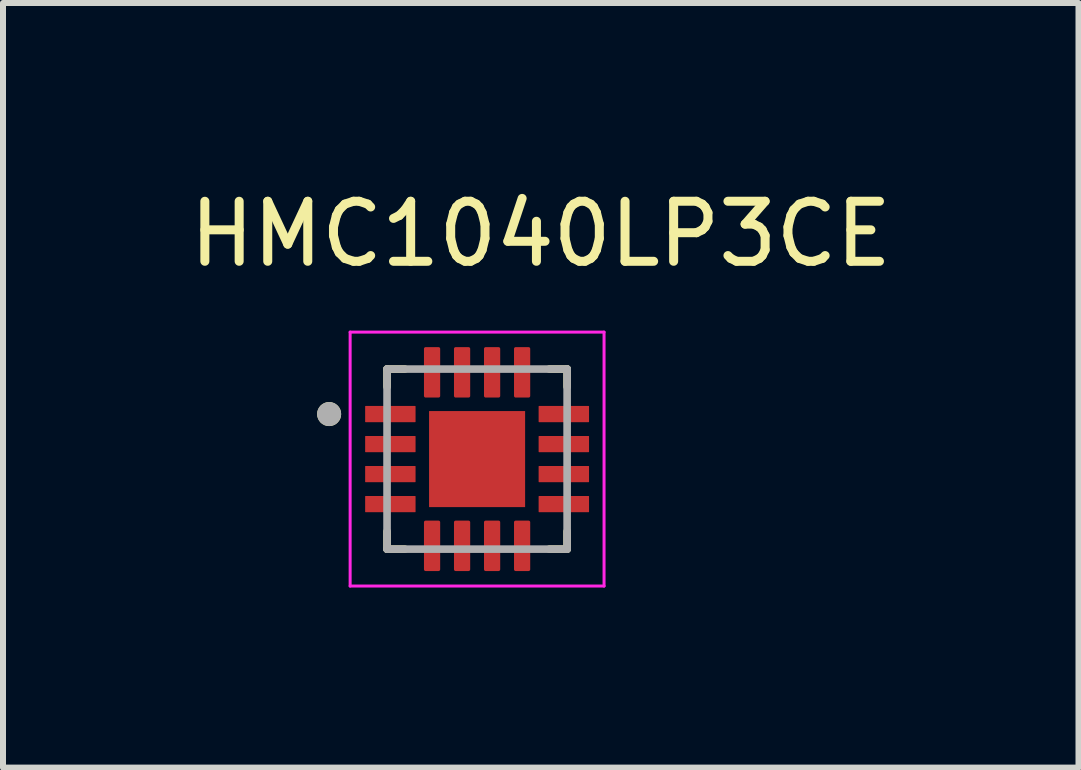
<source format=kicad_pcb>
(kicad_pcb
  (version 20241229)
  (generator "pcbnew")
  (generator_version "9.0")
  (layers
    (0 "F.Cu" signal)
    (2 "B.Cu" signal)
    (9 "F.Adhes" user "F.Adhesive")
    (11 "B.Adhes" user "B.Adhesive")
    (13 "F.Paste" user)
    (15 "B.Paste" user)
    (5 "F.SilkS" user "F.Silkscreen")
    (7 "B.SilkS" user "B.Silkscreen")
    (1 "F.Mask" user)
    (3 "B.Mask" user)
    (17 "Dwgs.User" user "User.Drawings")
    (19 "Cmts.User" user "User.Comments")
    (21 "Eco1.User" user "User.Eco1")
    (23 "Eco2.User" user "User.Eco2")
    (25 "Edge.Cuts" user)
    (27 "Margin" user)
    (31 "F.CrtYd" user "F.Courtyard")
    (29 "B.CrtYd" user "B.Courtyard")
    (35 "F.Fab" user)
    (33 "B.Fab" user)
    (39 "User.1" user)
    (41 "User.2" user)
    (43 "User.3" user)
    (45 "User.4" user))
  (footprint "HMC1040LP3CE"
    (layer "F.Cu")
    (at 4.898 4.598)
    (property "Reference" "HMC1040LP3CE" (at 1.06 -3.75 0) (layer "F.SilkS") (effects (font (size 1 1) (thickness 0.15))))
    (attr smd)
    (fp_poly (pts (xy -0.85 -0.85) (xy 0.85 -0.85) (xy 0.85 0.85) (xy -0.85 0.85)) (stroke (width 0.01) (type solid)) (fill yes) (layer "F.Mask"))
    (fp_poly (pts (xy -1.915 -0.59) (xy -1.915 -0.91) (xy -1.915 -0.911) (xy -1.915 -0.913) (xy -1.915 -0.914) (xy -1.914 -0.915) (xy -1.914 -0.916) (xy -1.914 -0.918) (xy -1.913 -0.919) (xy -1.913 -0.92) (xy -1.912 -0.921) (xy -1.912 -0.923) (xy -1.911 -0.924) (xy -1.91 -0.925) (xy -1.909 -0.926) (xy -1.909 -0.927) (xy -1.908 -0.928) (xy -1.907 -0.929) (xy -1.906 -0.929) (xy -1.905 -0.93) (xy -1.904 -0.931) (xy -1.902 -0.932) (xy -1.901 -0.932) (xy -1.9 -0.933) (xy -1.899 -0.933) (xy -1.898 -0.934) (xy -1.896 -0.934) (xy -1.895 -0.934) (xy -1.894 -0.935) (xy -1.893 -0.935) (xy -1.891 -0.935) (xy -1.89 -0.935) (xy -1 -0.935) (xy -0.999 -0.935) (xy -0.997 -0.935) (xy -0.996 -0.935) (xy -0.995 -0.934) (xy -0.994 -0.934) (xy -0.992 -0.934) (xy -0.991 -0.933) (xy -0.99 -0.933) (xy -0.989 -0.932) (xy -0.987 -0.932) (xy -0.986 -0.931) (xy -0.985 -0.93) (xy -0.984 -0.929) (xy -0.983 -0.929) (xy -0.982 -0.928) (xy -0.981 -0.927) (xy -0.981 -0.926) (xy -0.98 -0.925) (xy -0.979 -0.924) (xy -0.978 -0.923) (xy -0.978 -0.921) (xy -0.977 -0.92) (xy -0.977 -0.919) (xy -0.976 -0.918) (xy -0.976 -0.916) (xy -0.976 -0.915) (xy -0.975 -0.914) (xy -0.975 -0.913) (xy -0.975 -0.911) (xy -0.975 -0.91) (xy -0.975 -0.59) (xy -0.975 -0.589) (xy -0.975 -0.587) (xy -0.975 -0.586) (xy -0.976 -0.585) (xy -0.976 -0.584) (xy -0.976 -0.582) (xy -0.977 -0.581) (xy -0.977 -0.58) (xy -0.978 -0.579) (xy -0.978 -0.577) (xy -0.979 -0.576) (xy -0.98 -0.575) (xy -0.981 -0.574) (xy -0.981 -0.573) (xy -0.982 -0.572) (xy -0.983 -0.571) (xy -0.984 -0.571) (xy -0.985 -0.57) (xy -0.986 -0.569) (xy -0.987 -0.568) (xy -0.989 -0.568) (xy -0.99 -0.567) (xy -0.991 -0.567) (xy -0.992 -0.566) (xy -0.994 -0.566) (xy -0.995 -0.566) (xy -0.996 -0.565) (xy -0.997 -0.565) (xy -0.999 -0.565) (xy -1 -0.565) (xy -1.89 -0.565) (xy -1.891 -0.565) (xy -1.893 -0.565) (xy -1.894 -0.565) (xy -1.895 -0.566) (xy -1.896 -0.566) (xy -1.898 -0.566) (xy -1.899 -0.567) (xy -1.9 -0.567) (xy -1.901 -0.568) (xy -1.902 -0.568) (xy -1.904 -0.569) (xy -1.905 -0.57) (xy -1.906 -0.571) (xy -1.907 -0.571) (xy -1.908 -0.572) (xy -1.909 -0.573) (xy -1.909 -0.574) (xy -1.91 -0.575) (xy -1.911 -0.576) (xy -1.912 -0.577) (xy -1.912 -0.579) (xy -1.913 -0.58) (xy -1.913 -0.581) (xy -1.914 -0.582) (xy -1.914 -0.584) (xy -1.914 -0.585) (xy -1.915 -0.586) (xy -1.915 -0.587) (xy -1.915 -0.589) (xy -1.915 -0.59)) (stroke (width 0.01) (type solid)) (fill yes) (layer "F.Mask"))
    (fp_poly (pts (xy -1.915 -0.09) (xy -1.915 -0.41) (xy -1.915 -0.411) (xy -1.915 -0.413) (xy -1.915 -0.414) (xy -1.914 -0.415) (xy -1.914 -0.416) (xy -1.914 -0.418) (xy -1.913 -0.419) (xy -1.913 -0.42) (xy -1.912 -0.421) (xy -1.912 -0.422) (xy -1.911 -0.424) (xy -1.91 -0.425) (xy -1.909 -0.426) (xy -1.909 -0.427) (xy -1.908 -0.428) (xy -1.907 -0.429) (xy -1.906 -0.429) (xy -1.905 -0.43) (xy -1.904 -0.431) (xy -1.902 -0.432) (xy -1.901 -0.432) (xy -1.9 -0.433) (xy -1.899 -0.433) (xy -1.898 -0.434) (xy -1.896 -0.434) (xy -1.895 -0.434) (xy -1.894 -0.435) (xy -1.893 -0.435) (xy -1.891 -0.435) (xy -1.89 -0.435) (xy -1 -0.435) (xy -0.999 -0.435) (xy -0.997 -0.435) (xy -0.996 -0.435) (xy -0.995 -0.434) (xy -0.994 -0.434) (xy -0.992 -0.434) (xy -0.991 -0.433) (xy -0.99 -0.433) (xy -0.989 -0.432) (xy -0.987 -0.432) (xy -0.986 -0.431) (xy -0.985 -0.43) (xy -0.984 -0.429) (xy -0.983 -0.429) (xy -0.982 -0.428) (xy -0.981 -0.427) (xy -0.981 -0.426) (xy -0.98 -0.425) (xy -0.979 -0.424) (xy -0.978 -0.422) (xy -0.978 -0.421) (xy -0.977 -0.42) (xy -0.977 -0.419) (xy -0.976 -0.418) (xy -0.976 -0.416) (xy -0.976 -0.415) (xy -0.975 -0.414) (xy -0.975 -0.413) (xy -0.975 -0.411) (xy -0.975 -0.41) (xy -0.975 -0.09) (xy -0.975 -0.089) (xy -0.975 -0.087) (xy -0.975 -0.086) (xy -0.976 -0.085) (xy -0.976 -0.084) (xy -0.976 -0.082) (xy -0.977 -0.081) (xy -0.977 -0.08) (xy -0.978 -0.079) (xy -0.978 -0.078) (xy -0.979 -0.076) (xy -0.98 -0.075) (xy -0.981 -0.074) (xy -0.981 -0.073) (xy -0.982 -0.072) (xy -0.983 -0.071) (xy -0.984 -0.071) (xy -0.985 -0.07) (xy -0.986 -0.069) (xy -0.988 -0.068) (xy -0.989 -0.068) (xy -0.99 -0.067) (xy -0.991 -0.067) (xy -0.992 -0.066) (xy -0.994 -0.066) (xy -0.995 -0.066) (xy -0.996 -0.065) (xy -0.997 -0.065) (xy -0.999 -0.065) (xy -1 -0.065) (xy -1.89 -0.065) (xy -1.891 -0.065) (xy -1.893 -0.065) (xy -1.894 -0.065) (xy -1.895 -0.066) (xy -1.896 -0.066) (xy -1.898 -0.066) (xy -1.899 -0.067) (xy -1.9 -0.067) (xy -1.901 -0.068) (xy -1.902 -0.068) (xy -1.904 -0.069) (xy -1.905 -0.07) (xy -1.906 -0.071) (xy -1.907 -0.071) (xy -1.908 -0.072) (xy -1.909 -0.073) (xy -1.909 -0.074) (xy -1.91 -0.075) (xy -1.911 -0.076) (xy -1.912 -0.078) (xy -1.912 -0.079) (xy -1.913 -0.08) (xy -1.913 -0.081) (xy -1.914 -0.082) (xy -1.914 -0.084) (xy -1.914 -0.085) (xy -1.915 -0.086) (xy -1.915 -0.087) (xy -1.915 -0.089) (xy -1.915 -0.09)) (stroke (width 0.01) (type solid)) (fill yes) (layer "F.Mask"))
    (fp_poly (pts (xy -1.915 0.41) (xy -1.915 0.09) (xy -1.915 0.089) (xy -1.915 0.087) (xy -1.915 0.086) (xy -1.914 0.085) (xy -1.914 0.084) (xy -1.914 0.082) (xy -1.913 0.081) (xy -1.913 0.08) (xy -1.912 0.079) (xy -1.912 0.078) (xy -1.911 0.076) (xy -1.91 0.075) (xy -1.909 0.074) (xy -1.909 0.073) (xy -1.908 0.072) (xy -1.907 0.071) (xy -1.906 0.071) (xy -1.905 0.07) (xy -1.904 0.069) (xy -1.902 0.068) (xy -1.901 0.068) (xy -1.9 0.067) (xy -1.899 0.067) (xy -1.898 0.066) (xy -1.896 0.066) (xy -1.895 0.066) (xy -1.894 0.065) (xy -1.893 0.065) (xy -1.891 0.065) (xy -1.89 0.065) (xy -1 0.065) (xy -0.999 0.065) (xy -0.997 0.065) (xy -0.996 0.065) (xy -0.995 0.066) (xy -0.994 0.066) (xy -0.992 0.066) (xy -0.991 0.067) (xy -0.99 0.067) (xy -0.989 0.068) (xy -0.988 0.068) (xy -0.986 0.069) (xy -0.985 0.07) (xy -0.984 0.071) (xy -0.983 0.071) (xy -0.982 0.072) (xy -0.981 0.073) (xy -0.981 0.074) (xy -0.98 0.075) (xy -0.979 0.076) (xy -0.978 0.078) (xy -0.978 0.079) (xy -0.977 0.08) (xy -0.977 0.081) (xy -0.976 0.082) (xy -0.976 0.084) (xy -0.976 0.085) (xy -0.975 0.086) (xy -0.975 0.087) (xy -0.975 0.089) (xy -0.975 0.09) (xy -0.975 0.41) (xy -0.975 0.411) (xy -0.975 0.413) (xy -0.975 0.414) (xy -0.976 0.415) (xy -0.976 0.416) (xy -0.976 0.418) (xy -0.977 0.419) (xy -0.977 0.42) (xy -0.978 0.421) (xy -0.978 0.422) (xy -0.979 0.424) (xy -0.98 0.425) (xy -0.981 0.426) (xy -0.981 0.427) (xy -0.982 0.428) (xy -0.983 0.429) (xy -0.984 0.429) (xy -0.985 0.43) (xy -0.986 0.431) (xy -0.987 0.432) (xy -0.989 0.432) (xy -0.99 0.433) (xy -0.991 0.433) (xy -0.992 0.434) (xy -0.994 0.434) (xy -0.995 0.434) (xy -0.996 0.435) (xy -0.997 0.435) (xy -0.999 0.435) (xy -1 0.435) (xy -1.89 0.435) (xy -1.891 0.435) (xy -1.893 0.435) (xy -1.894 0.435) (xy -1.895 0.434) (xy -1.896 0.434) (xy -1.898 0.434) (xy -1.899 0.433) (xy -1.9 0.433) (xy -1.901 0.432) (xy -1.902 0.432) (xy -1.904 0.431) (xy -1.905 0.43) (xy -1.906 0.429) (xy -1.907 0.429) (xy -1.908 0.428) (xy -1.909 0.427) (xy -1.909 0.426) (xy -1.91 0.425) (xy -1.911 0.424) (xy -1.912 0.422) (xy -1.912 0.421) (xy -1.913 0.42) (xy -1.913 0.419) (xy -1.914 0.418) (xy -1.914 0.416) (xy -1.914 0.415) (xy -1.915 0.414) (xy -1.915 0.413) (xy -1.915 0.411) (xy -1.915 0.41)) (stroke (width 0.01) (type solid)) (fill yes) (layer "F.Mask"))
    (fp_poly (pts (xy -1.915 0.91) (xy -1.915 0.59) (xy -1.915 0.589) (xy -1.915 0.587) (xy -1.915 0.586) (xy -1.914 0.585) (xy -1.914 0.584) (xy -1.914 0.582) (xy -1.913 0.581) (xy -1.913 0.58) (xy -1.912 0.579) (xy -1.912 0.577) (xy -1.911 0.576) (xy -1.91 0.575) (xy -1.909 0.574) (xy -1.909 0.573) (xy -1.908 0.572) (xy -1.907 0.571) (xy -1.906 0.571) (xy -1.905 0.57) (xy -1.904 0.569) (xy -1.902 0.568) (xy -1.901 0.568) (xy -1.9 0.567) (xy -1.899 0.567) (xy -1.898 0.566) (xy -1.896 0.566) (xy -1.895 0.566) (xy -1.894 0.565) (xy -1.893 0.565) (xy -1.891 0.565) (xy -1.89 0.565) (xy -1 0.565) (xy -0.999 0.565) (xy -0.997 0.565) (xy -0.996 0.565) (xy -0.995 0.566) (xy -0.994 0.566) (xy -0.992 0.566) (xy -0.991 0.567) (xy -0.99 0.567) (xy -0.989 0.568) (xy -0.987 0.568) (xy -0.986 0.569) (xy -0.985 0.57) (xy -0.984 0.571) (xy -0.983 0.571) (xy -0.982 0.572) (xy -0.981 0.573) (xy -0.981 0.574) (xy -0.98 0.575) (xy -0.979 0.576) (xy -0.978 0.577) (xy -0.978 0.579) (xy -0.977 0.58) (xy -0.977 0.581) (xy -0.976 0.582) (xy -0.976 0.584) (xy -0.976 0.585) (xy -0.975 0.586) (xy -0.975 0.587) (xy -0.975 0.589) (xy -0.975 0.59) (xy -0.975 0.91) (xy -0.975 0.911) (xy -0.975 0.913) (xy -0.975 0.914) (xy -0.976 0.915) (xy -0.976 0.916) (xy -0.976 0.918) (xy -0.977 0.919) (xy -0.977 0.92) (xy -0.978 0.921) (xy -0.978 0.923) (xy -0.979 0.924) (xy -0.98 0.925) (xy -0.981 0.926) (xy -0.981 0.927) (xy -0.982 0.928) (xy -0.983 0.929) (xy -0.984 0.929) (xy -0.985 0.93) (xy -0.986 0.931) (xy -0.987 0.932) (xy -0.989 0.932) (xy -0.99 0.933) (xy -0.991 0.933) (xy -0.992 0.934) (xy -0.994 0.934) (xy -0.995 0.934) (xy -0.996 0.935) (xy -0.997 0.935) (xy -0.999 0.935) (xy -1 0.935) (xy -1.89 0.935) (xy -1.891 0.935) (xy -1.893 0.935) (xy -1.894 0.935) (xy -1.895 0.934) (xy -1.896 0.934) (xy -1.898 0.934) (xy -1.899 0.933) (xy -1.9 0.933) (xy -1.901 0.932) (xy -1.902 0.932) (xy -1.904 0.931) (xy -1.905 0.93) (xy -1.906 0.929) (xy -1.907 0.929) (xy -1.908 0.928) (xy -1.909 0.927) (xy -1.909 0.926) (xy -1.91 0.925) (xy -1.911 0.924) (xy -1.912 0.923) (xy -1.912 0.921) (xy -1.913 0.92) (xy -1.913 0.919) (xy -1.914 0.918) (xy -1.914 0.916) (xy -1.914 0.915) (xy -1.915 0.914) (xy -1.915 0.913) (xy -1.915 0.911) (xy -1.915 0.91)) (stroke (width 0.01) (type solid)) (fill yes) (layer "F.Mask"))
    (fp_poly (pts (xy -0.565 -1.89) (xy -0.565 -1) (xy -0.565 -0.999) (xy -0.565 -0.997) (xy -0.565 -0.996) (xy -0.566 -0.995) (xy -0.566 -0.994) (xy -0.566 -0.992) (xy -0.567 -0.991) (xy -0.567 -0.99) (xy -0.568 -0.989) (xy -0.568 -0.988) (xy -0.569 -0.986) (xy -0.57 -0.985) (xy -0.571 -0.984) (xy -0.571 -0.983) (xy -0.572 -0.982) (xy -0.573 -0.981) (xy -0.574 -0.981) (xy -0.575 -0.98) (xy -0.576 -0.979) (xy -0.577 -0.978) (xy -0.579 -0.978) (xy -0.58 -0.977) (xy -0.581 -0.977) (xy -0.582 -0.976) (xy -0.584 -0.976) (xy -0.585 -0.976) (xy -0.586 -0.975) (xy -0.587 -0.975) (xy -0.589 -0.975) (xy -0.59 -0.975) (xy -0.91 -0.975) (xy -0.911 -0.975) (xy -0.913 -0.975) (xy -0.914 -0.975) (xy -0.915 -0.976) (xy -0.916 -0.976) (xy -0.918 -0.976) (xy -0.919 -0.977) (xy -0.92 -0.977) (xy -0.921 -0.978) (xy -0.923 -0.978) (xy -0.924 -0.979) (xy -0.925 -0.98) (xy -0.926 -0.981) (xy -0.927 -0.981) (xy -0.928 -0.982) (xy -0.929 -0.983) (xy -0.929 -0.984) (xy -0.93 -0.985) (xy -0.931 -0.986) (xy -0.932 -0.987) (xy -0.932 -0.989) (xy -0.933 -0.99) (xy -0.933 -0.991) (xy -0.934 -0.992) (xy -0.934 -0.994) (xy -0.934 -0.995) (xy -0.935 -0.996) (xy -0.935 -0.997) (xy -0.935 -0.999) (xy -0.935 -1) (xy -0.935 -1.89) (xy -0.935 -1.891) (xy -0.935 -1.893) (xy -0.935 -1.894) (xy -0.934 -1.895) (xy -0.934 -1.896) (xy -0.934 -1.898) (xy -0.933 -1.899) (xy -0.933 -1.9) (xy -0.932 -1.901) (xy -0.932 -1.902) (xy -0.931 -1.904) (xy -0.93 -1.905) (xy -0.929 -1.906) (xy -0.929 -1.907) (xy -0.928 -1.908) (xy -0.927 -1.909) (xy -0.926 -1.909) (xy -0.925 -1.91) (xy -0.924 -1.911) (xy -0.923 -1.912) (xy -0.921 -1.912) (xy -0.92 -1.913) (xy -0.919 -1.913) (xy -0.918 -1.914) (xy -0.916 -1.914) (xy -0.915 -1.914) (xy -0.914 -1.915) (xy -0.913 -1.915) (xy -0.911 -1.915) (xy -0.91 -1.915) (xy -0.59 -1.915) (xy -0.589 -1.915) (xy -0.587 -1.915) (xy -0.586 -1.915) (xy -0.585 -1.914) (xy -0.584 -1.914) (xy -0.582 -1.914) (xy -0.581 -1.913) (xy -0.58 -1.913) (xy -0.579 -1.912) (xy -0.577 -1.912) (xy -0.576 -1.911) (xy -0.575 -1.91) (xy -0.574 -1.909) (xy -0.573 -1.909) (xy -0.572 -1.908) (xy -0.571 -1.907) (xy -0.571 -1.906) (xy -0.57 -1.905) (xy -0.569 -1.904) (xy -0.568 -1.902) (xy -0.568 -1.901) (xy -0.567 -1.9) (xy -0.567 -1.899) (xy -0.566 -1.898) (xy -0.566 -1.896) (xy -0.566 -1.895) (xy -0.565 -1.894) (xy -0.565 -1.893) (xy -0.565 -1.891) (xy -0.565 -1.89)) (stroke (width 0.01) (type solid)) (fill yes) (layer "F.Mask"))
    (fp_poly (pts (xy -0.565 1) (xy -0.565 1.89) (xy -0.565 1.891) (xy -0.565 1.893) (xy -0.565 1.894) (xy -0.566 1.895) (xy -0.566 1.896) (xy -0.566 1.898) (xy -0.567 1.899) (xy -0.567 1.9) (xy -0.568 1.901) (xy -0.568 1.902) (xy -0.569 1.904) (xy -0.57 1.905) (xy -0.571 1.906) (xy -0.571 1.907) (xy -0.572 1.908) (xy -0.573 1.909) (xy -0.574 1.909) (xy -0.575 1.91) (xy -0.576 1.911) (xy -0.577 1.912) (xy -0.579 1.912) (xy -0.58 1.913) (xy -0.581 1.913) (xy -0.582 1.914) (xy -0.584 1.914) (xy -0.585 1.914) (xy -0.586 1.915) (xy -0.587 1.915) (xy -0.589 1.915) (xy -0.59 1.915) (xy -0.91 1.915) (xy -0.911 1.915) (xy -0.913 1.915) (xy -0.914 1.915) (xy -0.915 1.914) (xy -0.916 1.914) (xy -0.918 1.914) (xy -0.919 1.913) (xy -0.92 1.913) (xy -0.921 1.912) (xy -0.923 1.912) (xy -0.924 1.911) (xy -0.925 1.91) (xy -0.926 1.909) (xy -0.927 1.909) (xy -0.928 1.908) (xy -0.929 1.907) (xy -0.929 1.906) (xy -0.93 1.905) (xy -0.931 1.904) (xy -0.932 1.902) (xy -0.932 1.901) (xy -0.933 1.9) (xy -0.933 1.899) (xy -0.934 1.898) (xy -0.934 1.896) (xy -0.934 1.895) (xy -0.935 1.894) (xy -0.935 1.893) (xy -0.935 1.891) (xy -0.935 1.89) (xy -0.935 1) (xy -0.935 0.999) (xy -0.935 0.997) (xy -0.935 0.996) (xy -0.934 0.995) (xy -0.934 0.994) (xy -0.934 0.992) (xy -0.933 0.991) (xy -0.933 0.99) (xy -0.932 0.989) (xy -0.932 0.988) (xy -0.931 0.986) (xy -0.93 0.985) (xy -0.929 0.984) (xy -0.929 0.983) (xy -0.928 0.982) (xy -0.927 0.981) (xy -0.926 0.981) (xy -0.925 0.98) (xy -0.924 0.979) (xy -0.922 0.978) (xy -0.921 0.978) (xy -0.92 0.977) (xy -0.919 0.977) (xy -0.918 0.976) (xy -0.916 0.976) (xy -0.915 0.976) (xy -0.914 0.975) (xy -0.913 0.975) (xy -0.911 0.975) (xy -0.91 0.975) (xy -0.59 0.975) (xy -0.589 0.975) (xy -0.587 0.975) (xy -0.586 0.975) (xy -0.585 0.976) (xy -0.584 0.976) (xy -0.582 0.976) (xy -0.581 0.977) (xy -0.58 0.977) (xy -0.579 0.978) (xy -0.577 0.978) (xy -0.576 0.979) (xy -0.575 0.98) (xy -0.574 0.981) (xy -0.573 0.981) (xy -0.572 0.982) (xy -0.571 0.983) (xy -0.571 0.984) (xy -0.57 0.985) (xy -0.569 0.986) (xy -0.568 0.988) (xy -0.568 0.989) (xy -0.567 0.99) (xy -0.567 0.991) (xy -0.566 0.992) (xy -0.566 0.994) (xy -0.566 0.995) (xy -0.565 0.996) (xy -0.565 0.997) (xy -0.565 0.999) (xy -0.565 1)) (stroke (width 0.01) (type solid)) (fill yes) (layer "F.Mask"))
    (fp_poly (pts (xy -0.065 -1.89) (xy -0.065 -1) (xy -0.065 -0.999) (xy -0.065 -0.997) (xy -0.065 -0.996) (xy -0.066 -0.995) (xy -0.066 -0.994) (xy -0.066 -0.992) (xy -0.067 -0.991) (xy -0.067 -0.99) (xy -0.068 -0.989) (xy -0.068 -0.988) (xy -0.069 -0.986) (xy -0.07 -0.985) (xy -0.071 -0.984) (xy -0.071 -0.983) (xy -0.072 -0.982) (xy -0.073 -0.981) (xy -0.074 -0.981) (xy -0.075 -0.98) (xy -0.076 -0.979) (xy -0.077 -0.978) (xy -0.079 -0.978) (xy -0.08 -0.977) (xy -0.081 -0.977) (xy -0.082 -0.976) (xy -0.084 -0.976) (xy -0.085 -0.976) (xy -0.086 -0.975) (xy -0.087 -0.975) (xy -0.089 -0.975) (xy -0.09 -0.975) (xy -0.41 -0.975) (xy -0.411 -0.975) (xy -0.413 -0.975) (xy -0.414 -0.975) (xy -0.415 -0.976) (xy -0.416 -0.976) (xy -0.418 -0.976) (xy -0.419 -0.977) (xy -0.42 -0.977) (xy -0.421 -0.978) (xy -0.422 -0.978) (xy -0.424 -0.979) (xy -0.425 -0.98) (xy -0.426 -0.981) (xy -0.427 -0.981) (xy -0.428 -0.982) (xy -0.429 -0.983) (xy -0.429 -0.984) (xy -0.43 -0.985) (xy -0.431 -0.986) (xy -0.432 -0.987) (xy -0.432 -0.989) (xy -0.433 -0.99) (xy -0.433 -0.991) (xy -0.434 -0.992) (xy -0.434 -0.994) (xy -0.434 -0.995) (xy -0.435 -0.996) (xy -0.435 -0.997) (xy -0.435 -0.999) (xy -0.435 -1) (xy -0.435 -1.89) (xy -0.435 -1.891) (xy -0.435 -1.893) (xy -0.435 -1.894) (xy -0.434 -1.895) (xy -0.434 -1.896) (xy -0.434 -1.898) (xy -0.433 -1.899) (xy -0.433 -1.9) (xy -0.432 -1.901) (xy -0.432 -1.902) (xy -0.431 -1.904) (xy -0.43 -1.905) (xy -0.429 -1.906) (xy -0.429 -1.907) (xy -0.428 -1.908) (xy -0.427 -1.909) (xy -0.426 -1.909) (xy -0.425 -1.91) (xy -0.424 -1.911) (xy -0.422 -1.912) (xy -0.421 -1.912) (xy -0.42 -1.913) (xy -0.419 -1.913) (xy -0.418 -1.914) (xy -0.416 -1.914) (xy -0.415 -1.914) (xy -0.414 -1.915) (xy -0.413 -1.915) (xy -0.411 -1.915) (xy -0.41 -1.915) (xy -0.09 -1.915) (xy -0.089 -1.915) (xy -0.087 -1.915) (xy -0.086 -1.915) (xy -0.085 -1.914) (xy -0.084 -1.914) (xy -0.082 -1.914) (xy -0.081 -1.913) (xy -0.08 -1.913) (xy -0.079 -1.912) (xy -0.078 -1.912) (xy -0.076 -1.911) (xy -0.075 -1.91) (xy -0.074 -1.909) (xy -0.073 -1.909) (xy -0.072 -1.908) (xy -0.071 -1.907) (xy -0.071 -1.906) (xy -0.07 -1.905) (xy -0.069 -1.904) (xy -0.068 -1.902) (xy -0.068 -1.901) (xy -0.067 -1.9) (xy -0.067 -1.899) (xy -0.066 -1.898) (xy -0.066 -1.896) (xy -0.066 -1.895) (xy -0.065 -1.894) (xy -0.065 -1.893) (xy -0.065 -1.891) (xy -0.065 -1.89)) (stroke (width 0.01) (type solid)) (fill yes) (layer "F.Mask"))
    (fp_poly (pts (xy -0.065 1) (xy -0.065 1.89) (xy -0.065 1.891) (xy -0.065 1.893) (xy -0.065 1.894) (xy -0.066 1.895) (xy -0.066 1.896) (xy -0.066 1.898) (xy -0.067 1.899) (xy -0.067 1.9) (xy -0.068 1.901) (xy -0.068 1.902) (xy -0.069 1.904) (xy -0.07 1.905) (xy -0.071 1.906) (xy -0.071 1.907) (xy -0.072 1.908) (xy -0.073 1.909) (xy -0.074 1.909) (xy -0.075 1.91) (xy -0.076 1.911) (xy -0.078 1.912) (xy -0.079 1.912) (xy -0.08 1.913) (xy -0.081 1.913) (xy -0.082 1.914) (xy -0.084 1.914) (xy -0.085 1.914) (xy -0.086 1.915) (xy -0.087 1.915) (xy -0.089 1.915) (xy -0.09 1.915) (xy -0.41 1.915) (xy -0.411 1.915) (xy -0.413 1.915) (xy -0.414 1.915) (xy -0.415 1.914) (xy -0.416 1.914) (xy -0.418 1.914) (xy -0.419 1.913) (xy -0.42 1.913) (xy -0.421 1.912) (xy -0.422 1.912) (xy -0.424 1.911) (xy -0.425 1.91) (xy -0.426 1.909) (xy -0.427 1.909) (xy -0.428 1.908) (xy -0.429 1.907) (xy -0.429 1.906) (xy -0.43 1.905) (xy -0.431 1.904) (xy -0.432 1.902) (xy -0.432 1.901) (xy -0.433 1.9) (xy -0.433 1.899) (xy -0.434 1.898) (xy -0.434 1.896) (xy -0.434 1.895) (xy -0.435 1.894) (xy -0.435 1.893) (xy -0.435 1.891) (xy -0.435 1.89) (xy -0.435 1) (xy -0.435 0.999) (xy -0.435 0.997) (xy -0.435 0.996) (xy -0.434 0.995) (xy -0.434 0.994) (xy -0.434 0.992) (xy -0.433 0.991) (xy -0.433 0.99) (xy -0.432 0.989) (xy -0.432 0.988) (xy -0.431 0.986) (xy -0.43 0.985) (xy -0.429 0.984) (xy -0.429 0.983) (xy -0.428 0.982) (xy -0.427 0.981) (xy -0.426 0.981) (xy -0.425 0.98) (xy -0.424 0.979) (xy -0.422 0.978) (xy -0.421 0.978) (xy -0.42 0.977) (xy -0.419 0.977) (xy -0.418 0.976) (xy -0.416 0.976) (xy -0.415 0.976) (xy -0.414 0.975) (xy -0.413 0.975) (xy -0.411 0.975) (xy -0.41 0.975) (xy -0.09 0.975) (xy -0.089 0.975) (xy -0.087 0.975) (xy -0.086 0.975) (xy -0.085 0.976) (xy -0.084 0.976) (xy -0.082 0.976) (xy -0.081 0.977) (xy -0.08 0.977) (xy -0.079 0.978) (xy -0.077 0.978) (xy -0.076 0.979) (xy -0.075 0.98) (xy -0.074 0.981) (xy -0.073 0.981) (xy -0.072 0.982) (xy -0.071 0.983) (xy -0.071 0.984) (xy -0.07 0.985) (xy -0.069 0.986) (xy -0.068 0.988) (xy -0.068 0.989) (xy -0.067 0.99) (xy -0.067 0.991) (xy -0.066 0.992) (xy -0.066 0.994) (xy -0.066 0.995) (xy -0.065 0.996) (xy -0.065 0.997) (xy -0.065 0.999) (xy -0.065 1)) (stroke (width 0.01) (type solid)) (fill yes) (layer "F.Mask"))
    (fp_poly (pts (xy 0.435 -1.89) (xy 0.435 -1) (xy 0.435 -0.999) (xy 0.435 -0.997) (xy 0.435 -0.996) (xy 0.434 -0.995) (xy 0.434 -0.994) (xy 0.434 -0.992) (xy 0.433 -0.991) (xy 0.433 -0.99) (xy 0.432 -0.989) (xy 0.432 -0.988) (xy 0.431 -0.986) (xy 0.43 -0.985) (xy 0.429 -0.984) (xy 0.429 -0.983) (xy 0.428 -0.982) (xy 0.427 -0.981) (xy 0.426 -0.981) (xy 0.425 -0.98) (xy 0.424 -0.979) (xy 0.422 -0.978) (xy 0.421 -0.978) (xy 0.42 -0.977) (xy 0.419 -0.977) (xy 0.418 -0.976) (xy 0.416 -0.976) (xy 0.415 -0.976) (xy 0.414 -0.975) (xy 0.413 -0.975) (xy 0.411 -0.975) (xy 0.41 -0.975) (xy 0.09 -0.975) (xy 0.089 -0.975) (xy 0.087 -0.975) (xy 0.086 -0.975) (xy 0.085 -0.976) (xy 0.084 -0.976) (xy 0.082 -0.976) (xy 0.081 -0.977) (xy 0.08 -0.977) (xy 0.079 -0.978) (xy 0.077 -0.978) (xy 0.076 -0.979) (xy 0.075 -0.98) (xy 0.074 -0.981) (xy 0.073 -0.981) (xy 0.072 -0.982) (xy 0.071 -0.983) (xy 0.071 -0.984) (xy 0.07 -0.985) (xy 0.069 -0.986) (xy 0.068 -0.988) (xy 0.068 -0.989) (xy 0.067 -0.99) (xy 0.067 -0.991) (xy 0.066 -0.992) (xy 0.066 -0.994) (xy 0.066 -0.995) (xy 0.065 -0.996) (xy 0.065 -0.997) (xy 0.065 -0.999) (xy 0.065 -1) (xy 0.065 -1.89) (xy 0.065 -1.891) (xy 0.065 -1.893) (xy 0.065 -1.894) (xy 0.066 -1.895) (xy 0.066 -1.896) (xy 0.066 -1.898) (xy 0.067 -1.899) (xy 0.067 -1.9) (xy 0.068 -1.901) (xy 0.068 -1.902) (xy 0.069 -1.904) (xy 0.07 -1.905) (xy 0.071 -1.906) (xy 0.071 -1.907) (xy 0.072 -1.908) (xy 0.073 -1.909) (xy 0.074 -1.909) (xy 0.075 -1.91) (xy 0.076 -1.911) (xy 0.078 -1.912) (xy 0.079 -1.912) (xy 0.08 -1.913) (xy 0.081 -1.913) (xy 0.082 -1.914) (xy 0.084 -1.914) (xy 0.085 -1.914) (xy 0.086 -1.915) (xy 0.087 -1.915) (xy 0.089 -1.915) (xy 0.09 -1.915) (xy 0.41 -1.915) (xy 0.411 -1.915) (xy 0.413 -1.915) (xy 0.414 -1.915) (xy 0.415 -1.914) (xy 0.416 -1.914) (xy 0.418 -1.914) (xy 0.419 -1.913) (xy 0.42 -1.913) (xy 0.421 -1.912) (xy 0.422 -1.912) (xy 0.424 -1.911) (xy 0.425 -1.91) (xy 0.426 -1.909) (xy 0.427 -1.909) (xy 0.428 -1.908) (xy 0.429 -1.907) (xy 0.429 -1.906) (xy 0.43 -1.905) (xy 0.431 -1.904) (xy 0.432 -1.902) (xy 0.432 -1.901) (xy 0.433 -1.9) (xy 0.433 -1.899) (xy 0.434 -1.898) (xy 0.434 -1.896) (xy 0.434 -1.895) (xy 0.435 -1.894) (xy 0.435 -1.893) (xy 0.435 -1.891) (xy 0.435 -1.89)) (stroke (width 0.01) (type solid)) (fill yes) (layer "F.Mask"))
    (fp_poly (pts (xy 0.435 1) (xy 0.435 1.89) (xy 0.435 1.891) (xy 0.435 1.893) (xy 0.435 1.894) (xy 0.434 1.895) (xy 0.434 1.896) (xy 0.434 1.898) (xy 0.433 1.899) (xy 0.433 1.9) (xy 0.432 1.901) (xy 0.432 1.902) (xy 0.431 1.904) (xy 0.43 1.905) (xy 0.429 1.906) (xy 0.429 1.907) (xy 0.428 1.908) (xy 0.427 1.909) (xy 0.426 1.909) (xy 0.425 1.91) (xy 0.424 1.911) (xy 0.422 1.912) (xy 0.421 1.912) (xy 0.42 1.913) (xy 0.419 1.913) (xy 0.418 1.914) (xy 0.416 1.914) (xy 0.415 1.914) (xy 0.414 1.915) (xy 0.413 1.915) (xy 0.411 1.915) (xy 0.41 1.915) (xy 0.09 1.915) (xy 0.089 1.915) (xy 0.087 1.915) (xy 0.086 1.915) (xy 0.085 1.914) (xy 0.084 1.914) (xy 0.082 1.914) (xy 0.081 1.913) (xy 0.08 1.913) (xy 0.079 1.912) (xy 0.078 1.912) (xy 0.076 1.911) (xy 0.075 1.91) (xy 0.074 1.909) (xy 0.073 1.909) (xy 0.072 1.908) (xy 0.071 1.907) (xy 0.071 1.906) (xy 0.07 1.905) (xy 0.069 1.904) (xy 0.068 1.902) (xy 0.068 1.901) (xy 0.067 1.9) (xy 0.067 1.899) (xy 0.066 1.898) (xy 0.066 1.896) (xy 0.066 1.895) (xy 0.065 1.894) (xy 0.065 1.893) (xy 0.065 1.891) (xy 0.065 1.89) (xy 0.065 1) (xy 0.065 0.999) (xy 0.065 0.997) (xy 0.065 0.996) (xy 0.066 0.995) (xy 0.066 0.994) (xy 0.066 0.992) (xy 0.067 0.991) (xy 0.067 0.99) (xy 0.068 0.989) (xy 0.068 0.988) (xy 0.069 0.986) (xy 0.07 0.985) (xy 0.071 0.984) (xy 0.071 0.983) (xy 0.072 0.982) (xy 0.073 0.981) (xy 0.074 0.981) (xy 0.075 0.98) (xy 0.076 0.979) (xy 0.078 0.978) (xy 0.079 0.978) (xy 0.08 0.977) (xy 0.081 0.977) (xy 0.082 0.976) (xy 0.084 0.976) (xy 0.085 0.976) (xy 0.086 0.975) (xy 0.087 0.975) (xy 0.089 0.975) (xy 0.09 0.975) (xy 0.41 0.975) (xy 0.411 0.975) (xy 0.413 0.975) (xy 0.414 0.975) (xy 0.415 0.976) (xy 0.416 0.976) (xy 0.418 0.976) (xy 0.419 0.977) (xy 0.42 0.977) (xy 0.421 0.978) (xy 0.422 0.978) (xy 0.424 0.979) (xy 0.425 0.98) (xy 0.426 0.981) (xy 0.427 0.981) (xy 0.428 0.982) (xy 0.429 0.983) (xy 0.429 0.984) (xy 0.43 0.985) (xy 0.431 0.986) (xy 0.432 0.988) (xy 0.432 0.989) (xy 0.433 0.99) (xy 0.433 0.991) (xy 0.434 0.992) (xy 0.434 0.994) (xy 0.434 0.995) (xy 0.435 0.996) (xy 0.435 0.997) (xy 0.435 0.999) (xy 0.435 1)) (stroke (width 0.01) (type solid)) (fill yes) (layer "F.Mask"))
    (fp_poly (pts (xy 0.935 -1.89) (xy 0.935 -1) (xy 0.935 -0.999) (xy 0.935 -0.997) (xy 0.935 -0.996) (xy 0.934 -0.995) (xy 0.934 -0.994) (xy 0.934 -0.992) (xy 0.933 -0.991) (xy 0.933 -0.99) (xy 0.932 -0.989) (xy 0.932 -0.988) (xy 0.931 -0.986) (xy 0.93 -0.985) (xy 0.929 -0.984) (xy 0.929 -0.983) (xy 0.928 -0.982) (xy 0.927 -0.981) (xy 0.926 -0.981) (xy 0.925 -0.98) (xy 0.924 -0.979) (xy 0.923 -0.978) (xy 0.921 -0.978) (xy 0.92 -0.977) (xy 0.919 -0.977) (xy 0.918 -0.976) (xy 0.916 -0.976) (xy 0.915 -0.976) (xy 0.914 -0.975) (xy 0.913 -0.975) (xy 0.911 -0.975) (xy 0.91 -0.975) (xy 0.59 -0.975) (xy 0.589 -0.975) (xy 0.587 -0.975) (xy 0.586 -0.975) (xy 0.585 -0.976) (xy 0.584 -0.976) (xy 0.582 -0.976) (xy 0.581 -0.977) (xy 0.58 -0.977) (xy 0.579 -0.978) (xy 0.577 -0.978) (xy 0.576 -0.979) (xy 0.575 -0.98) (xy 0.574 -0.981) (xy 0.573 -0.981) (xy 0.572 -0.982) (xy 0.571 -0.983) (xy 0.571 -0.984) (xy 0.57 -0.985) (xy 0.569 -0.986) (xy 0.568 -0.987) (xy 0.568 -0.989) (xy 0.567 -0.99) (xy 0.567 -0.991) (xy 0.566 -0.992) (xy 0.566 -0.994) (xy 0.566 -0.995) (xy 0.565 -0.996) (xy 0.565 -0.997) (xy 0.565 -0.999) (xy 0.565 -1) (xy 0.565 -1.89) (xy 0.565 -1.891) (xy 0.565 -1.893) (xy 0.565 -1.894) (xy 0.566 -1.895) (xy 0.566 -1.896) (xy 0.566 -1.898) (xy 0.567 -1.899) (xy 0.567 -1.9) (xy 0.568 -1.901) (xy 0.568 -1.902) (xy 0.569 -1.904) (xy 0.57 -1.905) (xy 0.571 -1.906) (xy 0.571 -1.907) (xy 0.572 -1.908) (xy 0.573 -1.909) (xy 0.574 -1.909) (xy 0.575 -1.91) (xy 0.576 -1.911) (xy 0.577 -1.912) (xy 0.579 -1.912) (xy 0.58 -1.913) (xy 0.581 -1.913) (xy 0.582 -1.914) (xy 0.584 -1.914) (xy 0.585 -1.914) (xy 0.586 -1.915) (xy 0.587 -1.915) (xy 0.589 -1.915) (xy 0.59 -1.915) (xy 0.91 -1.915) (xy 0.911 -1.915) (xy 0.913 -1.915) (xy 0.914 -1.915) (xy 0.915 -1.914) (xy 0.916 -1.914) (xy 0.918 -1.914) (xy 0.919 -1.913) (xy 0.92 -1.913) (xy 0.921 -1.912) (xy 0.923 -1.912) (xy 0.924 -1.911) (xy 0.925 -1.91) (xy 0.926 -1.909) (xy 0.927 -1.909) (xy 0.928 -1.908) (xy 0.929 -1.907) (xy 0.929 -1.906) (xy 0.93 -1.905) (xy 0.931 -1.904) (xy 0.932 -1.902) (xy 0.932 -1.901) (xy 0.933 -1.9) (xy 0.933 -1.899) (xy 0.934 -1.898) (xy 0.934 -1.896) (xy 0.934 -1.895) (xy 0.935 -1.894) (xy 0.935 -1.893) (xy 0.935 -1.891) (xy 0.935 -1.89)) (stroke (width 0.01) (type solid)) (fill yes) (layer "F.Mask"))
    (fp_poly (pts (xy 0.935 1) (xy 0.935 1.89) (xy 0.935 1.891) (xy 0.935 1.893) (xy 0.935 1.894) (xy 0.934 1.895) (xy 0.934 1.896) (xy 0.934 1.898) (xy 0.933 1.899) (xy 0.933 1.9) (xy 0.932 1.901) (xy 0.932 1.902) (xy 0.931 1.904) (xy 0.93 1.905) (xy 0.929 1.906) (xy 0.929 1.907) (xy 0.928 1.908) (xy 0.927 1.909) (xy 0.926 1.909) (xy 0.925 1.91) (xy 0.924 1.911) (xy 0.923 1.912) (xy 0.921 1.912) (xy 0.92 1.913) (xy 0.919 1.913) (xy 0.918 1.914) (xy 0.916 1.914) (xy 0.915 1.914) (xy 0.914 1.915) (xy 0.913 1.915) (xy 0.911 1.915) (xy 0.91 1.915) (xy 0.59 1.915) (xy 0.589 1.915) (xy 0.587 1.915) (xy 0.586 1.915) (xy 0.585 1.914) (xy 0.584 1.914) (xy 0.582 1.914) (xy 0.581 1.913) (xy 0.58 1.913) (xy 0.579 1.912) (xy 0.577 1.912) (xy 0.576 1.911) (xy 0.575 1.91) (xy 0.574 1.909) (xy 0.573 1.909) (xy 0.572 1.908) (xy 0.571 1.907) (xy 0.571 1.906) (xy 0.57 1.905) (xy 0.569 1.904) (xy 0.568 1.902) (xy 0.568 1.901) (xy 0.567 1.9) (xy 0.567 1.899) (xy 0.566 1.898) (xy 0.566 1.896) (xy 0.566 1.895) (xy 0.565 1.894) (xy 0.565 1.893) (xy 0.565 1.891) (xy 0.565 1.89) (xy 0.565 1) (xy 0.565 0.999) (xy 0.565 0.997) (xy 0.565 0.996) (xy 0.566 0.995) (xy 0.566 0.994) (xy 0.566 0.992) (xy 0.567 0.991) (xy 0.567 0.99) (xy 0.568 0.989) (xy 0.568 0.988) (xy 0.569 0.986) (xy 0.57 0.985) (xy 0.571 0.984) (xy 0.571 0.983) (xy 0.572 0.982) (xy 0.573 0.981) (xy 0.574 0.981) (xy 0.575 0.98) (xy 0.576 0.979) (xy 0.578 0.978) (xy 0.579 0.978) (xy 0.58 0.977) (xy 0.581 0.977) (xy 0.582 0.976) (xy 0.584 0.976) (xy 0.585 0.976) (xy 0.586 0.975) (xy 0.587 0.975) (xy 0.589 0.975) (xy 0.59 0.975) (xy 0.91 0.975) (xy 0.911 0.975) (xy 0.913 0.975) (xy 0.914 0.975) (xy 0.915 0.976) (xy 0.916 0.976) (xy 0.918 0.976) (xy 0.919 0.977) (xy 0.92 0.977) (xy 0.921 0.978) (xy 0.923 0.978) (xy 0.924 0.979) (xy 0.925 0.98) (xy 0.926 0.981) (xy 0.927 0.981) (xy 0.928 0.982) (xy 0.929 0.983) (xy 0.929 0.984) (xy 0.93 0.985) (xy 0.931 0.986) (xy 0.932 0.988) (xy 0.932 0.989) (xy 0.933 0.99) (xy 0.933 0.991) (xy 0.934 0.992) (xy 0.934 0.994) (xy 0.934 0.995) (xy 0.935 0.996) (xy 0.935 0.997) (xy 0.935 0.999) (xy 0.935 1)) (stroke (width 0.01) (type solid)) (fill yes) (layer "F.Mask"))
    (fp_poly (pts (xy 1.915 -0.91) (xy 1.915 -0.59) (xy 1.915 -0.589) (xy 1.915 -0.587) (xy 1.915 -0.586) (xy 1.914 -0.585) (xy 1.914 -0.584) (xy 1.914 -0.582) (xy 1.913 -0.581) (xy 1.913 -0.58) (xy 1.912 -0.579) (xy 1.912 -0.577) (xy 1.911 -0.576) (xy 1.91 -0.575) (xy 1.909 -0.574) (xy 1.909 -0.573) (xy 1.908 -0.572) (xy 1.907 -0.571) (xy 1.906 -0.571) (xy 1.905 -0.57) (xy 1.904 -0.569) (xy 1.902 -0.568) (xy 1.901 -0.568) (xy 1.9 -0.567) (xy 1.899 -0.567) (xy 1.898 -0.566) (xy 1.896 -0.566) (xy 1.895 -0.566) (xy 1.894 -0.565) (xy 1.893 -0.565) (xy 1.891 -0.565) (xy 1.89 -0.565) (xy 1 -0.565) (xy 0.999 -0.565) (xy 0.997 -0.565) (xy 0.996 -0.565) (xy 0.995 -0.566) (xy 0.994 -0.566) (xy 0.992 -0.566) (xy 0.991 -0.567) (xy 0.99 -0.567) (xy 0.989 -0.568) (xy 0.987 -0.568) (xy 0.986 -0.569) (xy 0.985 -0.57) (xy 0.984 -0.571) (xy 0.983 -0.571) (xy 0.982 -0.572) (xy 0.981 -0.573) (xy 0.981 -0.574) (xy 0.98 -0.575) (xy 0.979 -0.576) (xy 0.978 -0.577) (xy 0.978 -0.579) (xy 0.977 -0.58) (xy 0.977 -0.581) (xy 0.976 -0.582) (xy 0.976 -0.584) (xy 0.976 -0.585) (xy 0.975 -0.586) (xy 0.975 -0.587) (xy 0.975 -0.589) (xy 0.975 -0.59) (xy 0.975 -0.91) (xy 0.975 -0.911) (xy 0.975 -0.913) (xy 0.975 -0.914) (xy 0.976 -0.915) (xy 0.976 -0.916) (xy 0.976 -0.918) (xy 0.977 -0.919) (xy 0.977 -0.92) (xy 0.978 -0.921) (xy 0.978 -0.923) (xy 0.979 -0.924) (xy 0.98 -0.925) (xy 0.981 -0.926) (xy 0.981 -0.927) (xy 0.982 -0.928) (xy 0.983 -0.929) (xy 0.984 -0.929) (xy 0.985 -0.93) (xy 0.986 -0.931) (xy 0.988 -0.932) (xy 0.989 -0.932) (xy 0.99 -0.933) (xy 0.991 -0.933) (xy 0.992 -0.934) (xy 0.994 -0.934) (xy 0.995 -0.934) (xy 0.996 -0.935) (xy 0.997 -0.935) (xy 0.999 -0.935) (xy 1 -0.935) (xy 1.89 -0.935) (xy 1.891 -0.935) (xy 1.893 -0.935) (xy 1.894 -0.935) (xy 1.895 -0.934) (xy 1.896 -0.934) (xy 1.898 -0.934) (xy 1.899 -0.933) (xy 1.9 -0.933) (xy 1.901 -0.932) (xy 1.902 -0.932) (xy 1.904 -0.931) (xy 1.905 -0.93) (xy 1.906 -0.929) (xy 1.907 -0.929) (xy 1.908 -0.928) (xy 1.909 -0.927) (xy 1.909 -0.926) (xy 1.91 -0.925) (xy 1.911 -0.924) (xy 1.912 -0.923) (xy 1.912 -0.921) (xy 1.913 -0.92) (xy 1.913 -0.919) (xy 1.914 -0.918) (xy 1.914 -0.916) (xy 1.914 -0.915) (xy 1.915 -0.914) (xy 1.915 -0.913) (xy 1.915 -0.911) (xy 1.915 -0.91)) (stroke (width 0.01) (type solid)) (fill yes) (layer "F.Mask"))
    (fp_poly (pts (xy 1.915 -0.41) (xy 1.915 -0.09) (xy 1.915 -0.089) (xy 1.915 -0.087) (xy 1.915 -0.086) (xy 1.914 -0.085) (xy 1.914 -0.084) (xy 1.914 -0.082) (xy 1.913 -0.081) (xy 1.913 -0.08) (xy 1.912 -0.079) (xy 1.912 -0.078) (xy 1.911 -0.076) (xy 1.91 -0.075) (xy 1.909 -0.074) (xy 1.909 -0.073) (xy 1.908 -0.072) (xy 1.907 -0.071) (xy 1.906 -0.071) (xy 1.905 -0.07) (xy 1.904 -0.069) (xy 1.902 -0.068) (xy 1.901 -0.068) (xy 1.9 -0.067) (xy 1.899 -0.067) (xy 1.898 -0.066) (xy 1.896 -0.066) (xy 1.895 -0.066) (xy 1.894 -0.065) (xy 1.893 -0.065) (xy 1.891 -0.065) (xy 1.89 -0.065) (xy 1 -0.065) (xy 0.999 -0.065) (xy 0.997 -0.065) (xy 0.996 -0.065) (xy 0.995 -0.066) (xy 0.994 -0.066) (xy 0.992 -0.066) (xy 0.991 -0.067) (xy 0.99 -0.067) (xy 0.989 -0.068) (xy 0.988 -0.068) (xy 0.986 -0.069) (xy 0.985 -0.07) (xy 0.984 -0.071) (xy 0.983 -0.071) (xy 0.982 -0.072) (xy 0.981 -0.073) (xy 0.981 -0.074) (xy 0.98 -0.075) (xy 0.979 -0.076) (xy 0.978 -0.078) (xy 0.978 -0.079) (xy 0.977 -0.08) (xy 0.977 -0.081) (xy 0.976 -0.082) (xy 0.976 -0.084) (xy 0.976 -0.085) (xy 0.975 -0.086) (xy 0.975 -0.087) (xy 0.975 -0.089) (xy 0.975 -0.09) (xy 0.975 -0.41) (xy 0.975 -0.411) (xy 0.975 -0.413) (xy 0.975 -0.414) (xy 0.976 -0.415) (xy 0.976 -0.416) (xy 0.976 -0.418) (xy 0.977 -0.419) (xy 0.977 -0.42) (xy 0.978 -0.421) (xy 0.978 -0.422) (xy 0.979 -0.424) (xy 0.98 -0.425) (xy 0.981 -0.426) (xy 0.981 -0.427) (xy 0.982 -0.428) (xy 0.983 -0.429) (xy 0.984 -0.429) (xy 0.985 -0.43) (xy 0.986 -0.431) (xy 0.988 -0.432) (xy 0.989 -0.432) (xy 0.99 -0.433) (xy 0.991 -0.433) (xy 0.992 -0.434) (xy 0.994 -0.434) (xy 0.995 -0.434) (xy 0.996 -0.435) (xy 0.997 -0.435) (xy 0.999 -0.435) (xy 1 -0.435) (xy 1.89 -0.435) (xy 1.891 -0.435) (xy 1.893 -0.435) (xy 1.894 -0.435) (xy 1.895 -0.434) (xy 1.896 -0.434) (xy 1.898 -0.434) (xy 1.899 -0.433) (xy 1.9 -0.433) (xy 1.901 -0.432) (xy 1.902 -0.432) (xy 1.904 -0.431) (xy 1.905 -0.43) (xy 1.906 -0.429) (xy 1.907 -0.429) (xy 1.908 -0.428) (xy 1.909 -0.427) (xy 1.909 -0.426) (xy 1.91 -0.425) (xy 1.911 -0.424) (xy 1.912 -0.422) (xy 1.912 -0.421) (xy 1.913 -0.42) (xy 1.913 -0.419) (xy 1.914 -0.418) (xy 1.914 -0.416) (xy 1.914 -0.415) (xy 1.915 -0.414) (xy 1.915 -0.413) (xy 1.915 -0.411) (xy 1.915 -0.41)) (stroke (width 0.01) (type solid)) (fill yes) (layer "F.Mask"))
    (fp_poly (pts (xy 1.915 0.09) (xy 1.915 0.41) (xy 1.915 0.411) (xy 1.915 0.413) (xy 1.915 0.414) (xy 1.914 0.415) (xy 1.914 0.416) (xy 1.914 0.418) (xy 1.913 0.419) (xy 1.913 0.42) (xy 1.912 0.421) (xy 1.912 0.422) (xy 1.911 0.424) (xy 1.91 0.425) (xy 1.909 0.426) (xy 1.909 0.427) (xy 1.908 0.428) (xy 1.907 0.429) (xy 1.906 0.429) (xy 1.905 0.43) (xy 1.904 0.431) (xy 1.902 0.432) (xy 1.901 0.432) (xy 1.9 0.433) (xy 1.899 0.433) (xy 1.898 0.434) (xy 1.896 0.434) (xy 1.895 0.434) (xy 1.894 0.435) (xy 1.893 0.435) (xy 1.891 0.435) (xy 1.89 0.435) (xy 1 0.435) (xy 0.999 0.435) (xy 0.997 0.435) (xy 0.996 0.435) (xy 0.995 0.434) (xy 0.994 0.434) (xy 0.992 0.434) (xy 0.991 0.433) (xy 0.99 0.433) (xy 0.989 0.432) (xy 0.987 0.432) (xy 0.986 0.431) (xy 0.985 0.43) (xy 0.984 0.429) (xy 0.983 0.429) (xy 0.982 0.428) (xy 0.981 0.427) (xy 0.981 0.426) (xy 0.98 0.425) (xy 0.979 0.424) (xy 0.978 0.422) (xy 0.978 0.421) (xy 0.977 0.42) (xy 0.977 0.419) (xy 0.976 0.418) (xy 0.976 0.416) (xy 0.976 0.415) (xy 0.975 0.414) (xy 0.975 0.413) (xy 0.975 0.411) (xy 0.975 0.41) (xy 0.975 0.09) (xy 0.975 0.089) (xy 0.975 0.087) (xy 0.975 0.086) (xy 0.976 0.085) (xy 0.976 0.084) (xy 0.976 0.082) (xy 0.977 0.081) (xy 0.977 0.08) (xy 0.978 0.079) (xy 0.978 0.078) (xy 0.979 0.076) (xy 0.98 0.075) (xy 0.981 0.074) (xy 0.981 0.073) (xy 0.982 0.072) (xy 0.983 0.071) (xy 0.984 0.071) (xy 0.985 0.07) (xy 0.986 0.069) (xy 0.988 0.068) (xy 0.989 0.068) (xy 0.99 0.067) (xy 0.991 0.067) (xy 0.992 0.066) (xy 0.994 0.066) (xy 0.995 0.066) (xy 0.996 0.065) (xy 0.997 0.065) (xy 0.999 0.065) (xy 1 0.065) (xy 1.89 0.065) (xy 1.891 0.065) (xy 1.893 0.065) (xy 1.894 0.065) (xy 1.895 0.066) (xy 1.896 0.066) (xy 1.898 0.066) (xy 1.899 0.067) (xy 1.9 0.067) (xy 1.901 0.068) (xy 1.902 0.068) (xy 1.904 0.069) (xy 1.905 0.07) (xy 1.906 0.071) (xy 1.907 0.071) (xy 1.908 0.072) (xy 1.909 0.073) (xy 1.909 0.074) (xy 1.91 0.075) (xy 1.911 0.076) (xy 1.912 0.078) (xy 1.912 0.079) (xy 1.913 0.08) (xy 1.913 0.081) (xy 1.914 0.082) (xy 1.914 0.084) (xy 1.914 0.085) (xy 1.915 0.086) (xy 1.915 0.087) (xy 1.915 0.089) (xy 1.915 0.09)) (stroke (width 0.01) (type solid)) (fill yes) (layer "F.Mask"))
    (fp_poly (pts (xy 1.915 0.59) (xy 1.915 0.91) (xy 1.915 0.911) (xy 1.915 0.913) (xy 1.915 0.914) (xy 1.914 0.915) (xy 1.914 0.916) (xy 1.914 0.918) (xy 1.913 0.919) (xy 1.913 0.92) (xy 1.912 0.921) (xy 1.912 0.923) (xy 1.911 0.924) (xy 1.91 0.925) (xy 1.909 0.926) (xy 1.909 0.927) (xy 1.908 0.928) (xy 1.907 0.929) (xy 1.906 0.929) (xy 1.905 0.93) (xy 1.904 0.931) (xy 1.902 0.932) (xy 1.901 0.932) (xy 1.9 0.933) (xy 1.899 0.933) (xy 1.898 0.934) (xy 1.896 0.934) (xy 1.895 0.934) (xy 1.894 0.935) (xy 1.893 0.935) (xy 1.891 0.935) (xy 1.89 0.935) (xy 1 0.935) (xy 0.999 0.935) (xy 0.997 0.935) (xy 0.996 0.935) (xy 0.995 0.934) (xy 0.994 0.934) (xy 0.992 0.934) (xy 0.991 0.933) (xy 0.99 0.933) (xy 0.989 0.932) (xy 0.987 0.932) (xy 0.986 0.931) (xy 0.985 0.93) (xy 0.984 0.929) (xy 0.983 0.929) (xy 0.982 0.928) (xy 0.981 0.927) (xy 0.981 0.926) (xy 0.98 0.925) (xy 0.979 0.924) (xy 0.978 0.923) (xy 0.978 0.921) (xy 0.977 0.92) (xy 0.977 0.919) (xy 0.976 0.918) (xy 0.976 0.916) (xy 0.976 0.915) (xy 0.975 0.914) (xy 0.975 0.913) (xy 0.975 0.911) (xy 0.975 0.91) (xy 0.975 0.59) (xy 0.975 0.589) (xy 0.975 0.587) (xy 0.975 0.586) (xy 0.976 0.585) (xy 0.976 0.584) (xy 0.976 0.582) (xy 0.977 0.581) (xy 0.977 0.58) (xy 0.978 0.579) (xy 0.978 0.577) (xy 0.979 0.576) (xy 0.98 0.575) (xy 0.981 0.574) (xy 0.981 0.573) (xy 0.982 0.572) (xy 0.983 0.571) (xy 0.984 0.571) (xy 0.985 0.57) (xy 0.986 0.569) (xy 0.988 0.568) (xy 0.989 0.568) (xy 0.99 0.567) (xy 0.991 0.567) (xy 0.992 0.566) (xy 0.994 0.566) (xy 0.995 0.566) (xy 0.996 0.565) (xy 0.997 0.565) (xy 0.999 0.565) (xy 1 0.565) (xy 1.89 0.565) (xy 1.891 0.565) (xy 1.893 0.565) (xy 1.894 0.565) (xy 1.895 0.566) (xy 1.896 0.566) (xy 1.898 0.566) (xy 1.899 0.567) (xy 1.9 0.567) (xy 1.901 0.568) (xy 1.902 0.568) (xy 1.904 0.569) (xy 1.905 0.57) (xy 1.906 0.571) (xy 1.907 0.571) (xy 1.908 0.572) (xy 1.909 0.573) (xy 1.909 0.574) (xy 1.91 0.575) (xy 1.911 0.576) (xy 1.912 0.577) (xy 1.912 0.579) (xy 1.913 0.58) (xy 1.913 0.581) (xy 1.914 0.582) (xy 1.914 0.584) (xy 1.914 0.585) (xy 1.915 0.586) (xy 1.915 0.587) (xy 1.915 0.589) (xy 1.915 0.59)) (stroke (width 0.01) (type solid)) (fill yes) (layer "F.Mask"))
    (fp_line (start -1.5 -1.205) (end -1.5 -1.5) (stroke (width 0.127) (type solid)) (layer "F.SilkS"))
    (fp_line (start -1.5 1.5) (end -1.5 1.205) (stroke (width 0.127) (type solid)) (layer "F.SilkS"))
    (fp_line (start -1.205 -1.5) (end -1.5 -1.5) (stroke (width 0.127) (type solid)) (layer "F.SilkS"))
    (fp_line (start -1.205 1.5) (end -1.5 1.5) (stroke (width 0.127) (type solid)) (layer "F.SilkS"))
    (fp_line (start 1.5 -1.5) (end 1.205 -1.5) (stroke (width 0.127) (type solid)) (layer "F.SilkS"))
    (fp_line (start 1.5 -1.205) (end 1.5 -1.5) (stroke (width 0.127) (type solid)) (layer "F.SilkS"))
    (fp_line (start 1.5 1.5) (end 1.205 1.5) (stroke (width 0.127) (type solid)) (layer "F.SilkS"))
    (fp_line (start 1.5 1.5) (end 1.5 1.205) (stroke (width 0.127) (type solid)) (layer "F.SilkS"))
    (fp_circle (center -2.465 -0.75) (end -2.365 -0.75) (stroke (width 0.2) (type solid)) (fill no) (layer "F.SilkS"))
    (fp_poly (pts (xy -0.506 -0.506) (xy 0.506 -0.506) (xy 0.506 0.506) (xy -0.506 0.506)) (stroke (width 0.01) (type solid)) (fill yes) (layer "F.Paste"))
    (fp_line (start -2.115 -2.115) (end -2.115 2.115) (stroke (width 0.05) (type solid)) (layer "F.CrtYd"))
    (fp_line (start -2.115 2.115) (end 2.115 2.115) (stroke (width 0.05) (type solid)) (layer "F.CrtYd"))
    (fp_line (start 2.115 -2.115) (end -2.115 -2.115) (stroke (width 0.05) (type solid)) (layer "F.CrtYd"))
    (fp_line (start 2.115 2.115) (end 2.115 -2.115) (stroke (width 0.05) (type solid)) (layer "F.CrtYd"))
    (fp_line (start -1.5 1.5) (end -1.5 -1.5) (stroke (width 0.127) (type solid)) (layer "F.Fab"))
    (fp_line (start 1.5 -1.5) (end -1.5 -1.5) (stroke (width 0.127) (type solid)) (layer "F.Fab"))
    (fp_line (start 1.5 1.5) (end -1.5 1.5) (stroke (width 0.127) (type solid)) (layer "F.Fab"))
    (fp_line (start 1.5 1.5) (end 1.5 -1.5) (stroke (width 0.127) (type solid)) (layer "F.Fab"))
    (fp_circle (center -2.465 -0.75) (end -2.365 -0.75) (stroke (width 0.2) (type solid)) (fill no) (layer "F.Fab"))
    (pad "1" smd roundrect (at -1.445 -0.75) (size 0.84 0.27) (layers "F.Cu" "F.Paste") (roundrect_rratio 0.03))
    (pad "2" smd roundrect (at -1.445 -0.25) (size 0.84 0.27) (layers "F.Cu" "F.Paste") (roundrect_rratio 0.03))
    (pad "3" smd roundrect (at -1.445 0.25) (size 0.84 0.27) (layers "F.Cu" "F.Paste") (roundrect_rratio 0.03))
    (pad "4" smd roundrect (at -1.445 0.75) (size 0.84 0.27) (layers "F.Cu" "F.Paste") (roundrect_rratio 0.03))
    (pad "5" smd roundrect (at -0.75 1.445) (size 0.27 0.84) (layers "F.Cu" "F.Paste") (roundrect_rratio 0.1))
    (pad "6" smd roundrect (at -0.25 1.445) (size 0.27 0.84) (layers "F.Cu" "F.Paste") (roundrect_rratio 0.1))
    (pad "7" smd roundrect (at 0.25 1.445) (size 0.27 0.84) (layers "F.Cu" "F.Paste") (roundrect_rratio 0.1))
    (pad "8" smd roundrect (at 0.75 1.445) (size 0.27 0.84) (layers "F.Cu" "F.Paste") (roundrect_rratio 0.1))
    (pad "9" smd roundrect (at 1.445 0.75) (size 0.84 0.27) (layers "F.Cu" "F.Paste") (roundrect_rratio 0.03))
    (pad "10" smd roundrect (at 1.445 0.25) (size 0.84 0.27) (layers "F.Cu" "F.Paste") (roundrect_rratio 0.03))
    (pad "11" smd roundrect (at 1.445 -0.25) (size 0.84 0.27) (layers "F.Cu" "F.Paste") (roundrect_rratio 0.03))
    (pad "12" smd roundrect (at 1.445 -0.75) (size 0.84 0.27) (layers "F.Cu" "F.Paste") (roundrect_rratio 0.03))
    (pad "13" smd roundrect (at 0.75 -1.445) (size 0.27 0.84) (layers "F.Cu" "F.Paste") (roundrect_rratio 0.1))
    (pad "14" smd roundrect (at 0.25 -1.445) (size 0.27 0.84) (layers "F.Cu" "F.Paste") (roundrect_rratio 0.1))
    (pad "15" smd roundrect (at -0.25 -1.445) (size 0.27 0.84) (layers "F.Cu" "F.Paste") (roundrect_rratio 0.1))
    (pad "16" smd roundrect (at -0.75 -1.445) (size 0.27 0.84) (layers "F.Cu" "F.Paste") (roundrect_rratio 0.1))
    (pad "17" smd rect (at 0 0) (size 1.6 1.6) (layers "F.Cu")))
  (gr_rect
    (start -3 -3)
    (end 14.917 9.738)
    (stroke (width 0.1) (type default))
    (fill no)
    (layer "Edge.Cuts")))
</source>
